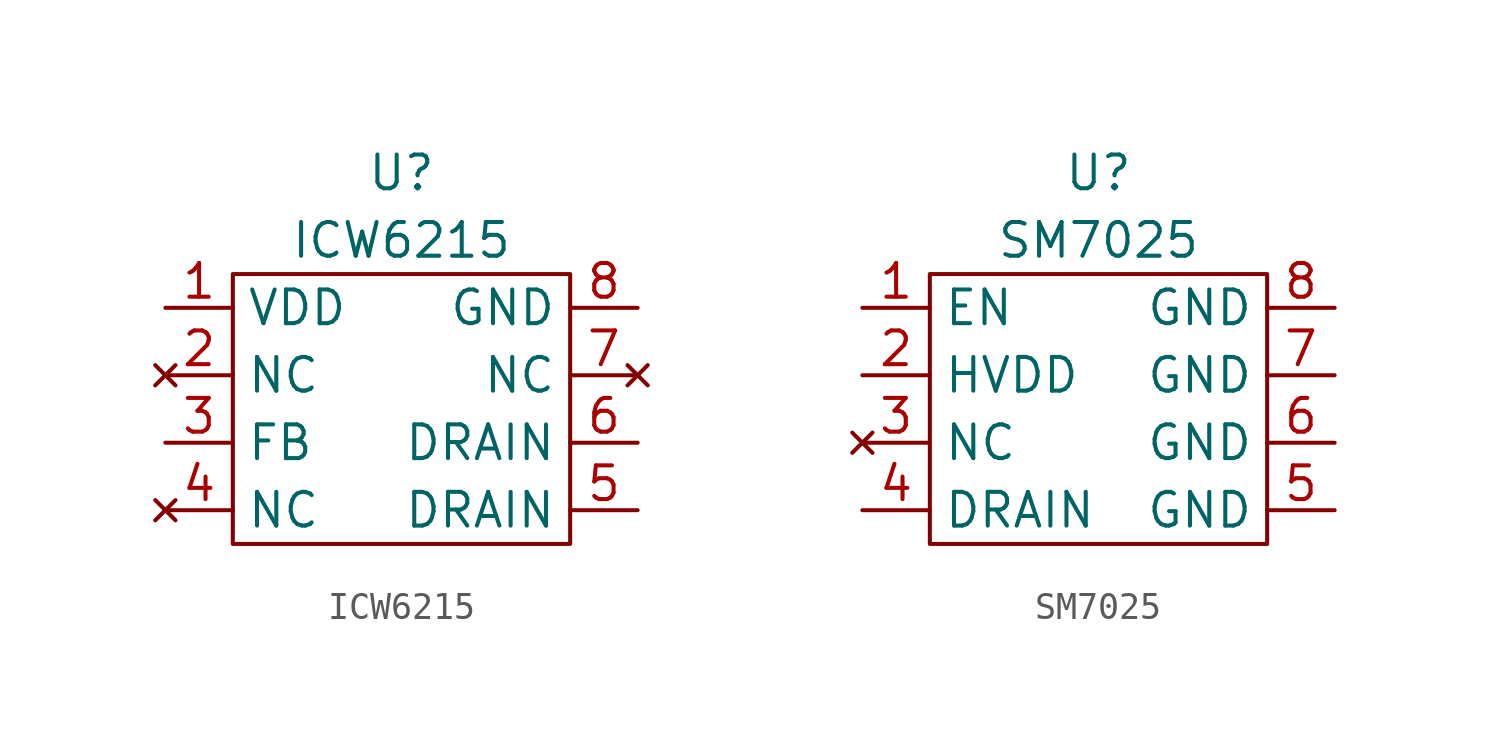
<source format=kicad_sym>
(kicad_symbol_lib
  (version 20220914)
  (generator kicad_symbol_editor)
  (symbol "ICW6215"
    (property "Reference" "U"
      (at 0 2.54 0)
      (effects (font (size 1.27 1.27))))
    (property "Value" "ICW6215"
      (at 0 0 0)
      (effects (font (size 1.27 1.27))))
    (symbol "ICW6215_0_1"
      (rectangle (start -6.35 -1.27) (end 6.35 -11.43) (stroke (width 0) (type default)) (fill (type none))))
    (symbol "ICW6215_1_1"
      (pin power_out line (at -8.89 -2.54 0) (length 2.54) (name "VDD" (effects (font (size 1.27 1.27)))) (number "1" (effects (font (size 1.27 1.27)))))
      (pin no_connect line (at -8.89 -5.08 0) (length 2.54) (name "NC" (effects (font (size 1.27 1.27)))) (number "2" (effects (font (size 1.27 1.27)))))
      (pin input line (at -8.89 -7.62 0) (length 2.54) (name "FB" (effects (font (size 1.27 1.27)))) (number "3" (effects (font (size 1.27 1.27)))))
      (pin no_connect line (at -8.89 -10.16 0) (length 2.54) (name "NC" (effects (font (size 1.27 1.27)))) (number "4" (effects (font (size 1.27 1.27)))))
      (pin power_in line (at 8.89 -10.16 180) (length 2.54) (name "DRAIN" (effects (font (size 1.27 1.27)))) (number "5" (effects (font (size 1.27 1.27)))))
      (pin power_in line (at 8.89 -7.62 180) (length 2.54) (name "DRAIN" (effects (font (size 1.27 1.27)))) (number "6" (effects (font (size 1.27 1.27)))))
      (pin no_connect line (at 8.89 -5.08 180) (length 2.54) (name "NC" (effects (font (size 1.27 1.27)))) (number "7" (effects (font (size 1.27 1.27)))))
      (pin passive line (at 8.89 -2.54 180) (length 2.54) (name "GND" (effects (font (size 1.27 1.27)))) (number "8" (effects (font (size 1.27 1.27)))))))
  (symbol "SM7025"
    (property "Reference" "U"
      (at 0 2.54 0)
      (effects (font (size 1.27 1.27))))
    (property "Value" "SM7025"
      (at 0 0 0)
      (effects (font (size 1.27 1.27))))
    (symbol "SM7025_0_1"
      (rectangle (start -6.35 -1.27) (end 6.35 -11.43) (stroke (width 0) (type default)) (fill (type none))))
    (symbol "SM7025_1_1"
      (pin input line (at -8.89 -2.54 0) (length 2.54) (name "EN" (effects (font (size 1.27 1.27)))) (number "1" (effects (font (size 1.27 1.27)))))
      (pin output line (at -8.89 -5.08 0) (length 2.54) (name "HVDD" (effects (font (size 1.27 1.27)))) (number "2" (effects (font (size 1.27 1.27)))))
      (pin no_connect line (at -8.89 -7.62 0) (length 2.54) (name "NC" (effects (font (size 1.27 1.27)))) (number "3" (effects (font (size 1.27 1.27)))))
      (pin input line (at -8.89 -10.16 0) (length 2.54) (name "DRAIN" (effects (font (size 1.27 1.27)))) (number "4" (effects (font (size 1.27 1.27)))))
      (pin output line (at 8.89 -10.16 180) (length 2.54) (name "GND" (effects (font (size 1.27 1.27)))) (number "5" (effects (font (size 1.27 1.27)))))
      (pin output line (at 8.89 -7.62 180) (length 2.54) (name "GND" (effects (font (size 1.27 1.27)))) (number "6" (effects (font (size 1.27 1.27)))))
      (pin output line (at 8.89 -5.08 180) (length 2.54) (name "GND" (effects (font (size 1.27 1.27)))) (number "7" (effects (font (size 1.27 1.27)))))
      (pin output line (at 8.89 -2.54 180) (length 2.54) (name "GND" (effects (font (size 1.27 1.27)))) (number "8" (effects (font (size 1.27 1.27))))))))
</source>
